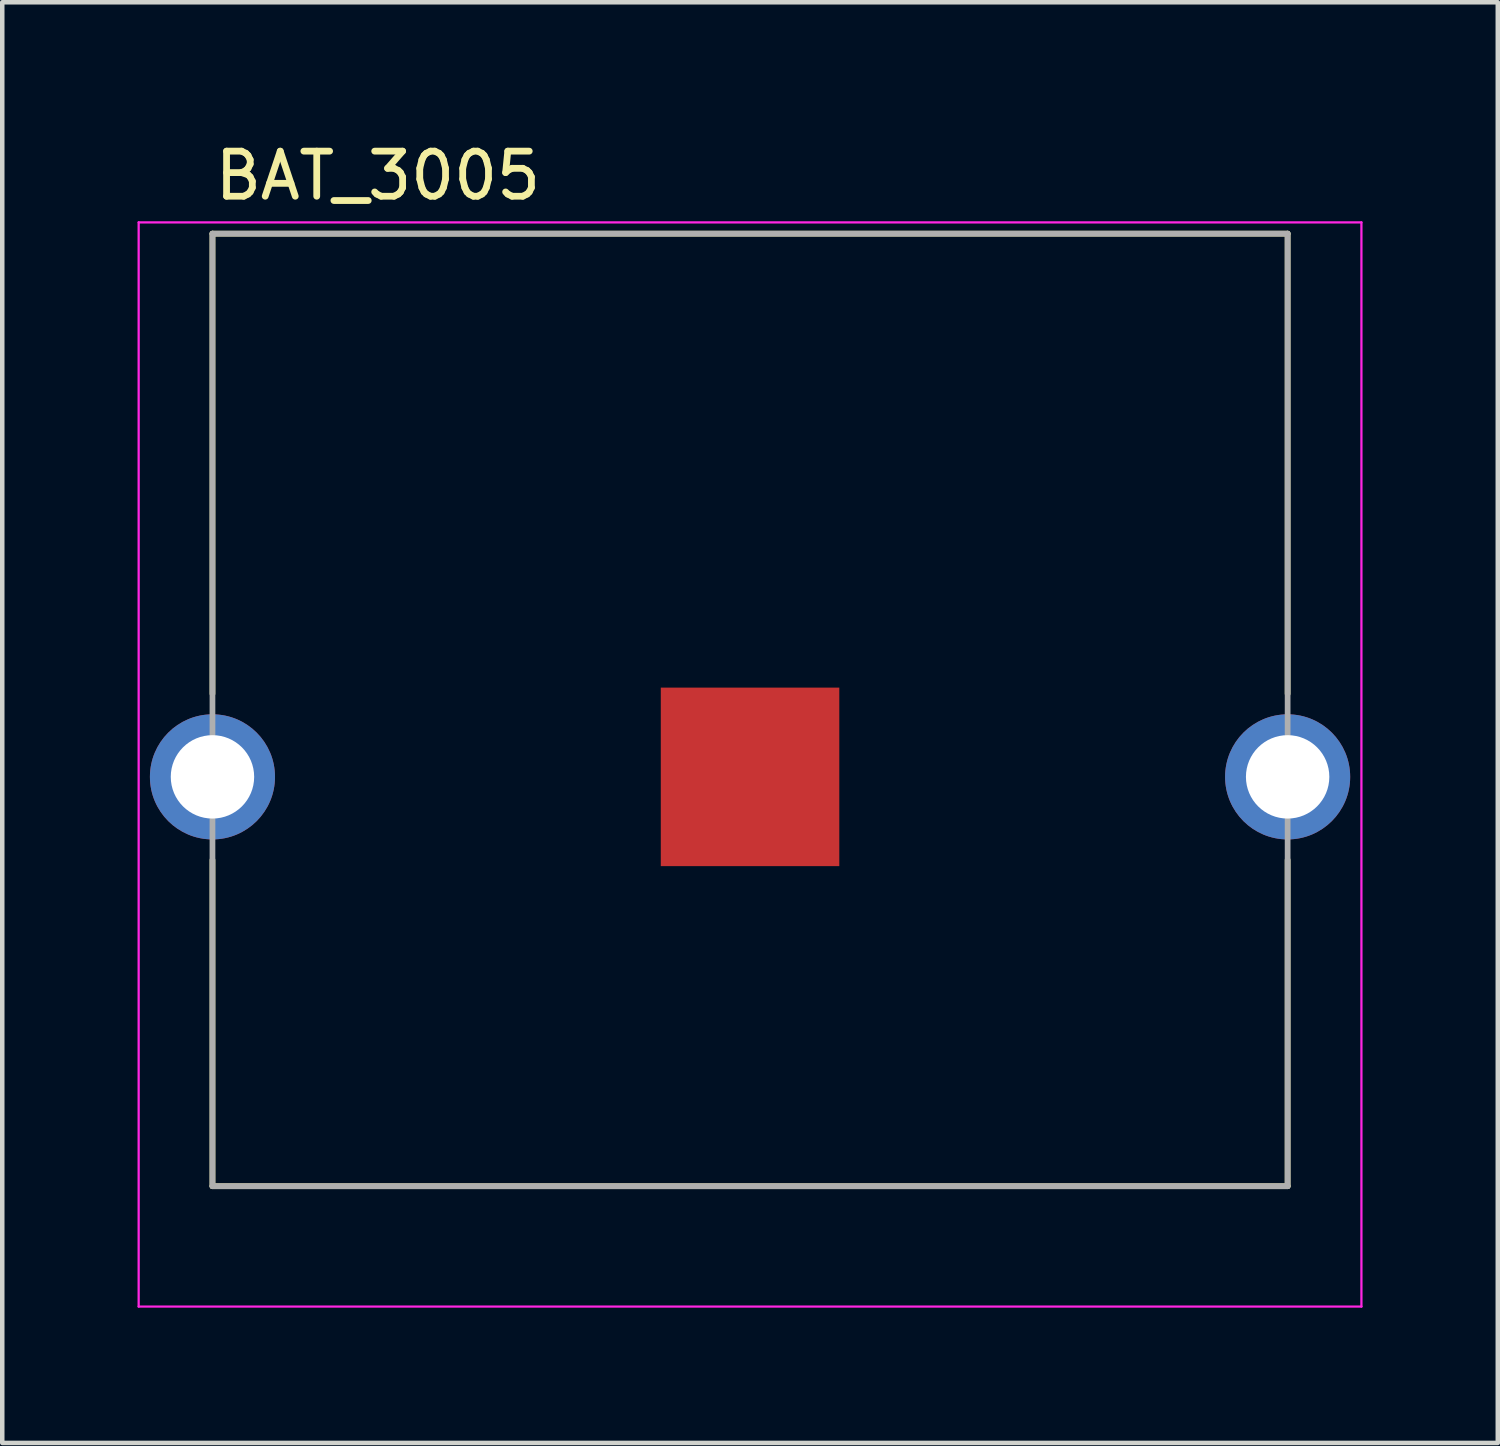
<source format=kicad_pcb>
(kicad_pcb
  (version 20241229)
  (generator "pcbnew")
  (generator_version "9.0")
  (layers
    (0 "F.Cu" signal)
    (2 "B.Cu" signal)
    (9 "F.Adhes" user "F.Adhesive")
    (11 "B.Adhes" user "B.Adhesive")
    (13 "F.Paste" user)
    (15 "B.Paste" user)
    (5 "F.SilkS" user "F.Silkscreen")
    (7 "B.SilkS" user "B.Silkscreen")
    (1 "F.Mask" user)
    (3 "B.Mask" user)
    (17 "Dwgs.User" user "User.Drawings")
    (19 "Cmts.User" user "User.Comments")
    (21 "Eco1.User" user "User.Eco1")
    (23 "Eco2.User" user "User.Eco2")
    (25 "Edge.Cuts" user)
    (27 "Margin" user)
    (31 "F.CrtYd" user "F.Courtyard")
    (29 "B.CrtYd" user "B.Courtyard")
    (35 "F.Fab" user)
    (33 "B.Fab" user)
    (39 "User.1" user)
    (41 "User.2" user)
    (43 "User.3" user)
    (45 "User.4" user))
  (footprint "BAT_3005"
    (layer "F.Cu")
    (at 13.588 14.183)
    (property "Reference" "BAT_3005" (at -8.255 -13.335 0) (layer "F.SilkS") (effects (font (size 1 1) (thickness 0.15))))
    (attr through_hole)
    (fp_line (start -11.925 -12.05) (end 11.925 -12.05) (stroke (width 0.127) (type solid)) (layer "F.SilkS"))
    (fp_line (start -11.925 -1.843) (end -11.925 -12.05) (stroke (width 0.127) (type solid)) (layer "F.SilkS"))
    (fp_line (start -11.925 9.08) (end -11.925 1.843) (stroke (width 0.127) (type solid)) (layer "F.SilkS"))
    (fp_line (start 11.925 -12.05) (end 11.925 -1.843) (stroke (width 0.127) (type solid)) (layer "F.SilkS"))
    (fp_line (start 11.925 9.08) (end -11.925 9.08) (stroke (width 0.127) (type solid)) (layer "F.SilkS"))
    (fp_line (start 11.925 9.08) (end 11.925 1.843) (stroke (width 0.127) (type solid)) (layer "F.SilkS"))
    (fp_line (start -13.562 -12.3) (end -13.562 11.75) (stroke (width 0.05) (type solid)) (layer "F.CrtYd"))
    (fp_line (start -13.562 11.75) (end 13.562 11.75) (stroke (width 0.05) (type solid)) (layer "F.CrtYd"))
    (fp_line (start 13.562 -12.3) (end -13.562 -12.3) (stroke (width 0.05) (type solid)) (layer "F.CrtYd"))
    (fp_line (start 13.562 11.75) (end 13.562 -12.3) (stroke (width 0.05) (type solid)) (layer "F.CrtYd"))
    (fp_line (start -11.925 -12.05) (end 11.925 -12.05) (stroke (width 0.127) (type solid)) (layer "F.Fab"))
    (fp_line (start -11.925 9.08) (end -11.925 -12.05) (stroke (width 0.127) (type solid)) (layer "F.Fab"))
    (fp_line (start 11.925 -12.05) (end 11.925 9.08) (stroke (width 0.127) (type solid)) (layer "F.Fab"))
    (fp_line (start 11.925 9.08) (end -11.925 9.08) (stroke (width 0.127) (type solid)) (layer "F.Fab"))
    (pad "N" smd rect (at 0 0) (size 3.96 3.96) (layers "F.Cu" "F.Mask"))
    (pad "P1" thru_hole circle (at -11.925 0) (size 2.775 2.775) (drill 1.85) (layers "*.Cu" "*.Mask"))
    (pad "P2" thru_hole circle (at 11.925 0) (size 2.775 2.775) (drill 1.85) (layers "*.Cu" "*.Mask")))
  (gr_rect
    (start -3 -3)
    (end 30.175 28.958)
    (stroke (width 0.1) (type default))
    (fill no)
    (layer "Edge.Cuts")))
</source>
